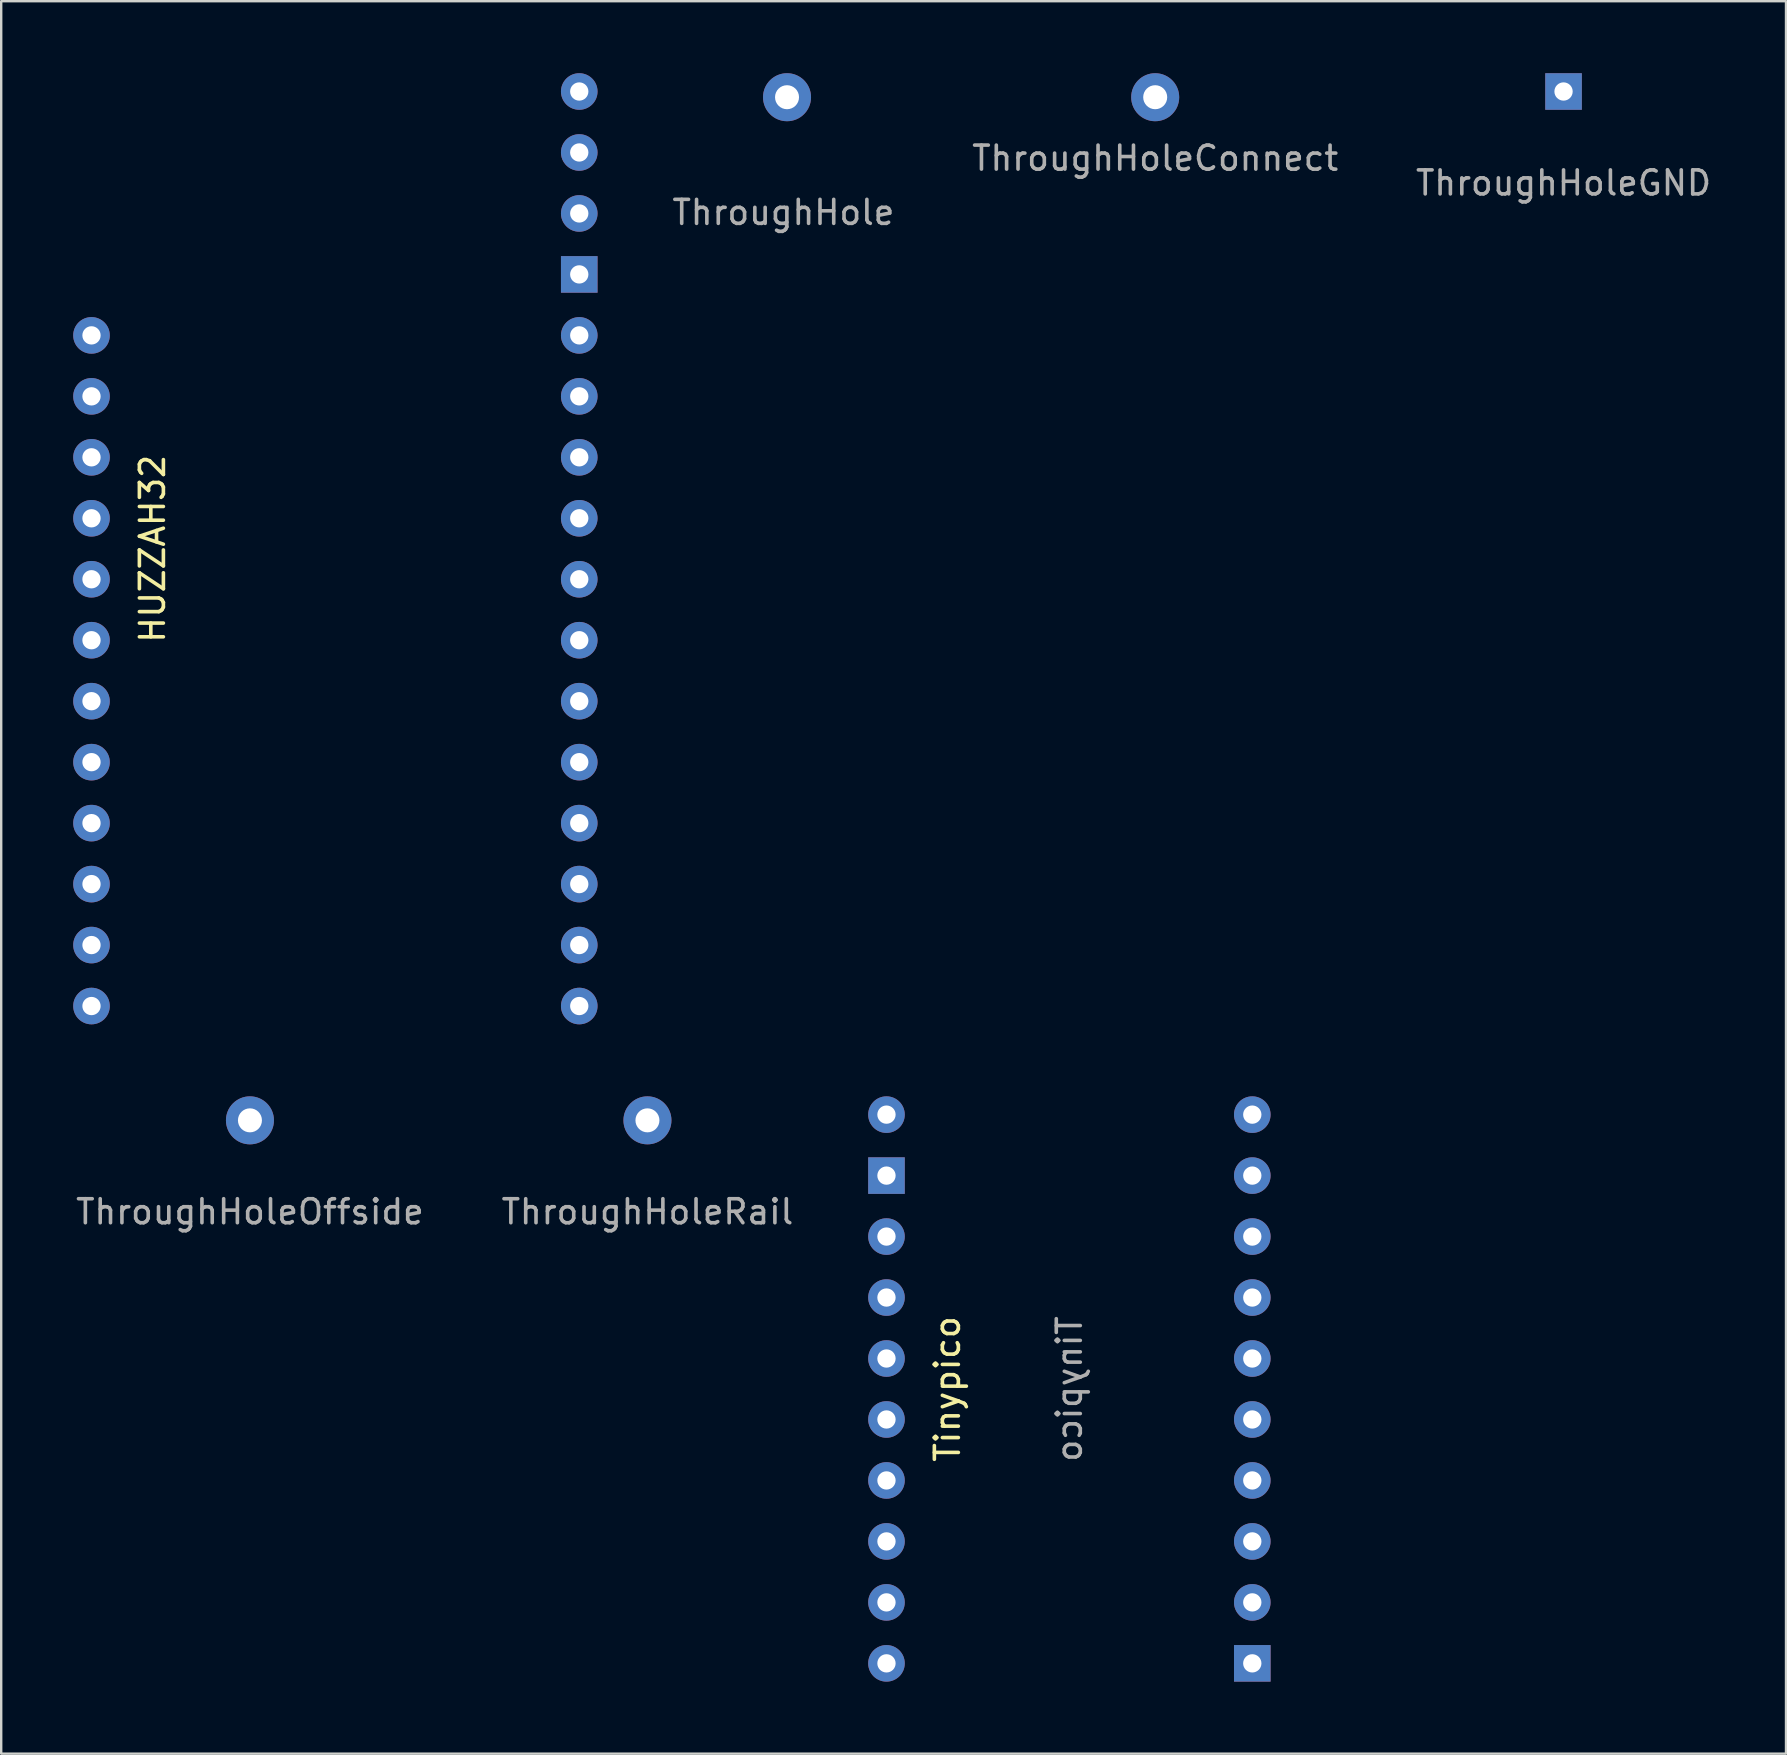
<source format=kicad_pcb>
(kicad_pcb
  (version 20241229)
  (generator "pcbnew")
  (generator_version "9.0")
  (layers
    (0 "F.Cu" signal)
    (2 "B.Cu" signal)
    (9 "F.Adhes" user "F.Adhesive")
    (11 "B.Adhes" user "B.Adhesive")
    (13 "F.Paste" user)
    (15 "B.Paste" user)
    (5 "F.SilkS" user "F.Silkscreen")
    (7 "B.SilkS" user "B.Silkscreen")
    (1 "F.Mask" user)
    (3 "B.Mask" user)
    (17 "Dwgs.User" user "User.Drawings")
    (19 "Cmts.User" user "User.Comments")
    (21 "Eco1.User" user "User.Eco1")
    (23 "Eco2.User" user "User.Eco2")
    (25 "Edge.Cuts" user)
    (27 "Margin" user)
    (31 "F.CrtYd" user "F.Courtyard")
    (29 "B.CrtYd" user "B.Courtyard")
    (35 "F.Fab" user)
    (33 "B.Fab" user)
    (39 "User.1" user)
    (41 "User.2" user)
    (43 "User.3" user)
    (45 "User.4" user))
  (footprint "ThroughHoleConnect"
    (layer "F.Cu")
    (at 45.076 1)
    (property "Reference" "ThroughHoleConnect" (at 0 2.54 0) (layer "F.Fab") (effects (font (size 1 1) (thickness 0.15))))
    (attr through_hole)
    (pad "1" thru_hole circle (at 0 0) (size 2 2) (drill 1) (layers "*.Cu" "*.Mask")))
  (footprint "ThroughHoleOffside"
    (layer "F.Cu")
    (at 7.363 43.624)
    (property "Reference" "ThroughHoleOffside" (at 0 3.81 0) (layer "F.Fab") (effects (font (size 1 1) (thickness 0.15))))
    (attr through_hole)
    (pad "1" thru_hole circle (at 0 0) (size 2 2) (drill 1) (layers "*.Cu" "*.Mask")))
  (footprint "ThroughHole"
    (layer "F.Cu")
    (at 29.738 1)
    (property "Reference" "ThroughHole" (at -0.15 4.8 0) (layer "F.Fab") (effects (font (size 1 1) (thickness 0.15))))
    (attr through_hole)
    (pad "1" thru_hole circle (at 0 0) (size 2 2) (drill 1) (layers "*.Cu" "*.Mask")))
  (footprint "ThroughHoleRail"
    (layer "F.Cu")
    (at 23.923 43.624)
    (property "Reference" "ThroughHoleRail" (at 0 3.81 0) (layer "F.Fab") (effects (font (size 1 1) (thickness 0.15))))
    (attr through_hole)
    (pad "1" thru_hole circle (at 0 0) (size 2 2) (drill 1) (layers "*.Cu" "*.Mask")))
  (footprint "ThroughHoleGND"
    (layer "F.Cu")
    (at 62.088 0.762)
    (property "Reference" "ThroughHoleGND" (at 0 3.81 0) (layer "F.Fab") (effects (font (size 1 1) (thickness 0.15))))
    (attr through_hole)
    (pad "1" thru_hole rect (at 0 0) (size 1.524 1.524) (drill 0.762) (layers "*.Cu" "*.Mask")))
  (footprint "Tinypico"
    (layer "F.Cu")
    (at 41.501 54.816)
    (property "Reference" "Tinypico" (at -5.08 0 90) (layer "F.SilkS") (effects (font (size 1 1) (thickness 0.15))))
    (attr through_hole)
    (fp_text user "Tinypico" (at 0 0 90) (layer "F.Fab") (effects (font (size 1 1) (thickness 0.15)) (justify mirror)))
    (pad "1" thru_hole circle (at 7.62 -11.43) (size 1.524 1.524) (drill 0.762) (layers "*.Cu" "*.Mask"))
    (pad "2" thru_hole circle (at 7.62 -8.89) (size 1.524 1.524) (drill 0.762) (layers "*.Cu" "*.Mask"))
    (pad "3" thru_hole circle (at 7.62 -6.35) (size 1.524 1.524) (drill 0.762) (layers "*.Cu" "*.Mask"))
    (pad "4" thru_hole circle (at 7.62 -3.81) (size 1.524 1.524) (drill 0.762) (layers "*.Cu" "*.Mask"))
    (pad "5" thru_hole circle (at 7.62 -1.27) (size 1.524 1.524) (drill 0.762) (layers "*.Cu" "*.Mask"))
    (pad "6" thru_hole circle (at 7.62 1.27) (size 1.524 1.524) (drill 0.762) (layers "*.Cu" "*.Mask"))
    (pad "7" thru_hole circle (at 7.62 3.81) (size 1.524 1.524) (drill 0.762) (layers "*.Cu" "*.Mask"))
    (pad "8" thru_hole circle (at 7.62 6.35) (size 1.524 1.524) (drill 0.762) (layers "*.Cu" "*.Mask"))
    (pad "9" thru_hole circle (at 7.62 8.89) (size 1.524 1.524) (drill 0.762) (layers "*.Cu" "*.Mask"))
    (pad "10" thru_hole rect (at 7.62 11.43) (size 1.524 1.524) (drill 0.762) (layers "*.Cu" "*.Mask"))
    (pad "11" thru_hole circle (at -7.62 11.43) (size 1.524 1.524) (drill 0.762) (layers "*.Cu" "*.Mask"))
    (pad "12" thru_hole circle (at -7.62 8.89) (size 1.524 1.524) (drill 0.762) (layers "*.Cu" "*.Mask"))
    (pad "13" thru_hole circle (at -7.62 6.35) (size 1.524 1.524) (drill 0.762) (layers "*.Cu" "*.Mask"))
    (pad "14" thru_hole circle (at -7.62 3.81) (size 1.524 1.524) (drill 0.762) (layers "*.Cu" "*.Mask"))
    (pad "15" thru_hole circle (at -7.62 1.27) (size 1.524 1.524) (drill 0.762) (layers "*.Cu" "*.Mask"))
    (pad "16" thru_hole circle (at -7.62 -1.27) (size 1.524 1.524) (drill 0.762) (layers "*.Cu" "*.Mask"))
    (pad "17" thru_hole circle (at -7.62 -3.81) (size 1.524 1.524) (drill 0.762) (layers "*.Cu" "*.Mask"))
    (pad "18" thru_hole circle (at -7.62 -6.35) (size 1.524 1.524) (drill 0.762) (layers "*.Cu" "*.Mask"))
    (pad "19" thru_hole rect (at -7.62 -8.89) (size 1.524 1.524) (drill 0.762) (layers "*.Cu" "*.Mask"))
    (pad "20" thru_hole circle (at -7.62 -11.43) (size 1.524 1.524) (drill 0.762) (layers "*.Cu" "*.Mask")))
  (footprint "HUZZAH32"
    (layer "F.Cu")
    (at 10.922 19.812)
    (property "Reference" "HUZZAH32" (at -7.62 0 90) (layer "F.SilkS") (effects (font (size 1 1) (thickness 0.15))))
    (attr through_hole)
    (pad "1" thru_hole circle (at 10.16 -19.05) (size 1.524 1.524) (drill 0.762) (layers "*.Cu" "*.Mask"))
    (pad "2" thru_hole circle (at 10.16 -16.51) (size 1.524 1.524) (drill 0.762) (layers "*.Cu" "*.Mask"))
    (pad "3" thru_hole circle (at 10.16 -13.97) (size 1.524 1.524) (drill 0.762) (layers "*.Cu" "*.Mask"))
    (pad "4" thru_hole rect (at 10.16 -11.43) (size 1.524 1.524) (drill 0.762) (layers "*.Cu" "*.Mask"))
    (pad "5" thru_hole circle (at 10.16 -8.89) (size 1.524 1.524) (drill 0.762) (layers "*.Cu" "*.Mask"))
    (pad "6" thru_hole circle (at 10.16 -6.35) (size 1.524 1.524) (drill 0.762) (layers "*.Cu" "*.Mask"))
    (pad "7" thru_hole circle (at 10.16 -3.81) (size 1.524 1.524) (drill 0.762) (layers "*.Cu" "*.Mask"))
    (pad "8" thru_hole circle (at 10.16 -1.27) (size 1.524 1.524) (drill 0.762) (layers "*.Cu" "*.Mask"))
    (pad "9" thru_hole circle (at 10.16 1.27) (size 1.524 1.524) (drill 0.762) (layers "*.Cu" "*.Mask"))
    (pad "10" thru_hole circle (at 10.16 3.81) (size 1.524 1.524) (drill 0.762) (layers "*.Cu" "*.Mask"))
    (pad "11" thru_hole circle (at 10.16 6.35) (size 1.524 1.524) (drill 0.762) (layers "*.Cu" "*.Mask"))
    (pad "12" thru_hole circle (at 10.16 8.89) (size 1.524 1.524) (drill 0.762) (layers "*.Cu" "*.Mask"))
    (pad "13" thru_hole circle (at 10.16 11.43) (size 1.524 1.524) (drill 0.762) (layers "*.Cu" "*.Mask"))
    (pad "14" thru_hole circle (at 10.16 13.97) (size 1.524 1.524) (drill 0.762) (layers "*.Cu" "*.Mask"))
    (pad "15" thru_hole circle (at 10.16 16.51) (size 1.524 1.524) (drill 0.762) (layers "*.Cu" "*.Mask"))
    (pad "16" thru_hole circle (at 10.16 19.05) (size 1.524 1.524) (drill 0.762) (layers "*.Cu" "*.Mask"))
    (pad "17" thru_hole circle (at -10.16 19.05) (size 1.524 1.524) (drill 0.762) (layers "*.Cu" "*.Mask"))
    (pad "18" thru_hole circle (at -10.16 16.51) (size 1.524 1.524) (drill 0.762) (layers "*.Cu" "*.Mask"))
    (pad "19" thru_hole circle (at -10.16 13.97) (size 1.524 1.524) (drill 0.762) (layers "*.Cu" "*.Mask"))
    (pad "20" thru_hole circle (at -10.16 11.43) (size 1.524 1.524) (drill 0.762) (layers "*.Cu" "*.Mask"))
    (pad "21" thru_hole circle (at -10.16 8.89) (size 1.524 1.524) (drill 0.762) (layers "*.Cu" "*.Mask"))
    (pad "22" thru_hole circle (at -10.16 6.35) (size 1.524 1.524) (drill 0.762) (layers "*.Cu" "*.Mask"))
    (pad "23" thru_hole circle (at -10.16 3.81) (size 1.524 1.524) (drill 0.762) (layers "*.Cu" "*.Mask"))
    (pad "24" thru_hole circle (at -10.16 1.27) (size 1.524 1.524) (drill 0.762) (layers "*.Cu" "*.Mask"))
    (pad "25" thru_hole circle (at -10.16 -1.27) (size 1.524 1.524) (drill 0.762) (layers "*.Cu" "*.Mask"))
    (pad "26" thru_hole circle (at -10.16 -3.81) (size 1.524 1.524) (drill 0.762) (layers "*.Cu" "*.Mask"))
    (pad "27" thru_hole circle (at -10.16 -6.35) (size 1.524 1.524) (drill 0.762) (layers "*.Cu" "*.Mask"))
    (pad "28" thru_hole circle (at -10.16 -8.89) (size 1.524 1.524) (drill 0.762) (layers "*.Cu" "*.Mask")))
  (gr_rect
    (start -3 -3)
    (end 71.356 70.008)
    (stroke (width 0.1) (type default))
    (fill no)
    (layer "Edge.Cuts")))
</source>
